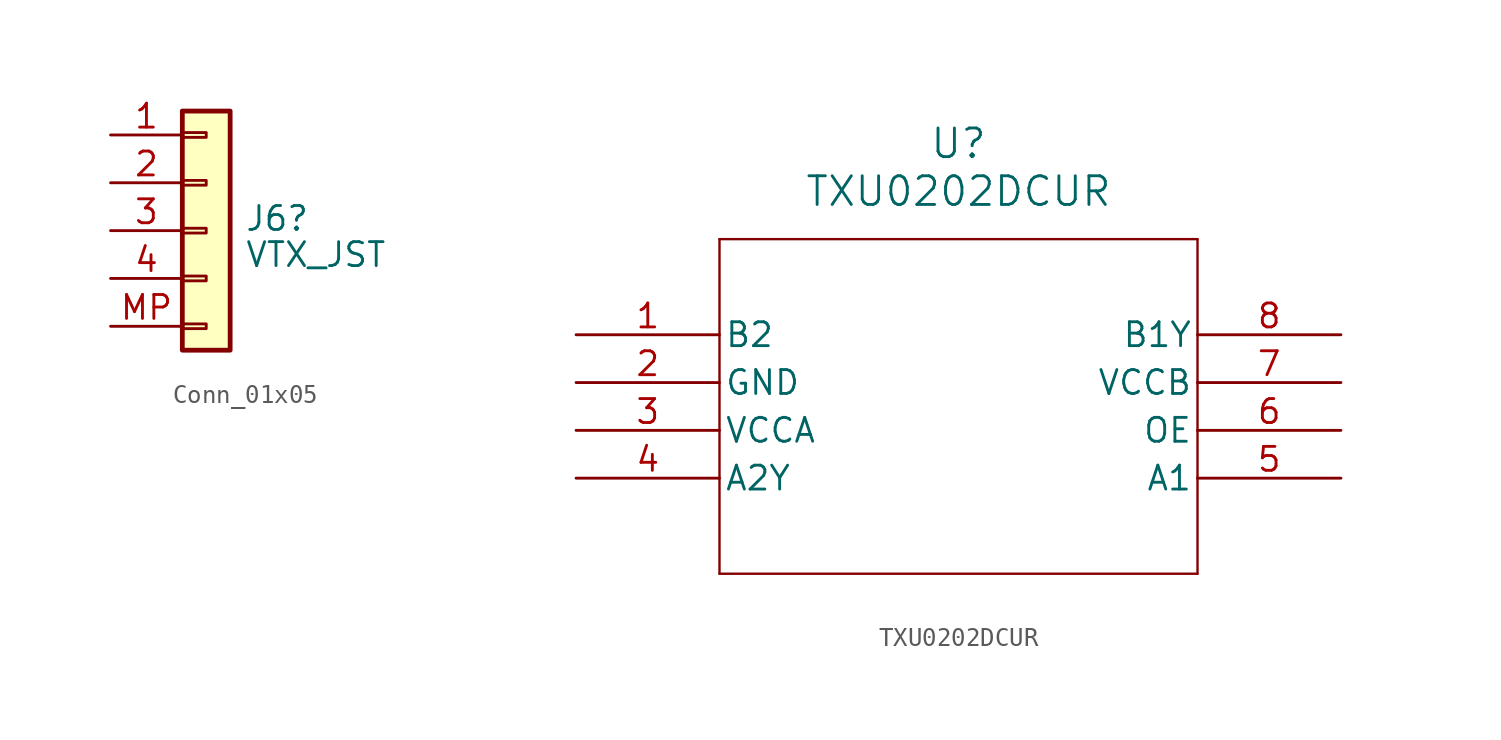
<source format=kicad_sym>
(kicad_symbol_lib
  (version 20220914)
  (generator kicad_symbol_editor)
  (symbol "Conn_01x05"
    (pin_names
      (offset 1.016) hide)
    (property "Reference" "J6"
      (at 2.032 0.644 0)
      (effects (font (size 1.27 1.27)) (justify left)))
    (property "Value" "VTX_JST"
      (at 2.032 -1.277 0)
      (effects (font (size 1.27 1.27)) (justify left)))
    (symbol "Conn_01x05_1_1"
      (rectangle (start -1.27 -4.953) (end 0 -5.207) (stroke (width 0.152) (type default)) (fill (type none)))
      (rectangle (start -1.27 -2.413) (end 0 -2.667) (stroke (width 0.152) (type default)) (fill (type none)))
      (rectangle (start -1.27 0.127) (end 0 -0.127) (stroke (width 0.152) (type default)) (fill (type none)))
      (rectangle (start -1.27 2.667) (end 0 2.413) (stroke (width 0.152) (type default)) (fill (type none)))
      (rectangle (start -1.27 5.207) (end 0 4.953) (stroke (width 0.152) (type default)) (fill (type none)))
      (rectangle (start -1.27 6.35) (end 1.27 -6.35) (stroke (width 0.254) (type default)) (fill (type background)))
      (pin passive line (at -5.08 5.08 0) (length 3.81) (name "Pin_1" (effects (font (size 1.27 1.27)))) (number "1" (effects (font (size 1.27 1.27)))))
      (pin passive line (at -5.08 2.54 0) (length 3.81) (name "Pin_2" (effects (font (size 1.27 1.27)))) (number "2" (effects (font (size 1.27 1.27)))))
      (pin passive line (at -5.08 0 0) (length 3.81) (name "Pin_3" (effects (font (size 1.27 1.27)))) (number "3" (effects (font (size 1.27 1.27)))))
      (pin passive line (at -5.08 -2.54 0) (length 3.81) (name "Pin_4" (effects (font (size 1.27 1.27)))) (number "4" (effects (font (size 1.27 1.27)))))
      (pin passive line (at -5.08 -5.08 0) (length 3.81) (name "Pin_5" (effects (font (size 1.27 1.27)))) (number "MP" (effects (font (size 1.27 1.27)))))))
  (symbol "TXU0202DCUR"
    (pin_names
      (offset 0.254))
    (property "Reference" "U"
      (at 20.32 10.16 0)
      (effects (font (size 1.524 1.524))))
    (property "Value" "TXU0202DCUR"
      (at 20.32 7.62 0)
      (effects (font (size 1.524 1.524))))
    (property "ki_locked" ""
      (at 0 0 0)
      (effects (font (size 1.27 1.27))))
    (symbol "TXU0202DCUR_0_1"
      (polyline (pts (xy 7.62 -12.7) (xy 33.02 -12.7)) (stroke (width 0.127) (type default)) (fill (type none)))
      (polyline (pts (xy 7.62 5.08) (xy 7.62 -12.7)) (stroke (width 0.127) (type default)) (fill (type none)))
      (polyline (pts (xy 33.02 -12.7) (xy 33.02 5.08)) (stroke (width 0.127) (type default)) (fill (type none)))
      (polyline (pts (xy 33.02 5.08) (xy 7.62 5.08)) (stroke (width 0.127) (type default)) (fill (type none)))
      (pin input line (at 0 0 0) (length 7.62) (name "B2" (effects (font (size 1.27 1.27)))) (number "1" (effects (font (size 1.27 1.27)))))
      (pin power_out line (at 0 -2.54 0) (length 7.62) (name "GND" (effects (font (size 1.27 1.27)))) (number "2" (effects (font (size 1.27 1.27)))))
      (pin power_in line (at 0 -5.08 0) (length 7.62) (name "VCCA" (effects (font (size 1.27 1.27)))) (number "3" (effects (font (size 1.27 1.27)))))
      (pin output line (at 0 -7.62 0) (length 7.62) (name "A2Y" (effects (font (size 1.27 1.27)))) (number "4" (effects (font (size 1.27 1.27)))))
      (pin input line (at 40.64 -7.62 180) (length 7.62) (name "A1" (effects (font (size 1.27 1.27)))) (number "5" (effects (font (size 1.27 1.27)))))
      (pin input line (at 40.64 -5.08 180) (length 7.62) (name "OE" (effects (font (size 1.27 1.27)))) (number "6" (effects (font (size 1.27 1.27)))))
      (pin power_in line (at 40.64 -2.54 180) (length 7.62) (name "VCCB" (effects (font (size 1.27 1.27)))) (number "7" (effects (font (size 1.27 1.27)))))
      (pin output line (at 40.64 0 180) (length 7.62) (name "B1Y" (effects (font (size 1.27 1.27)))) (number "8" (effects (font (size 1.27 1.27))))))))
</source>
